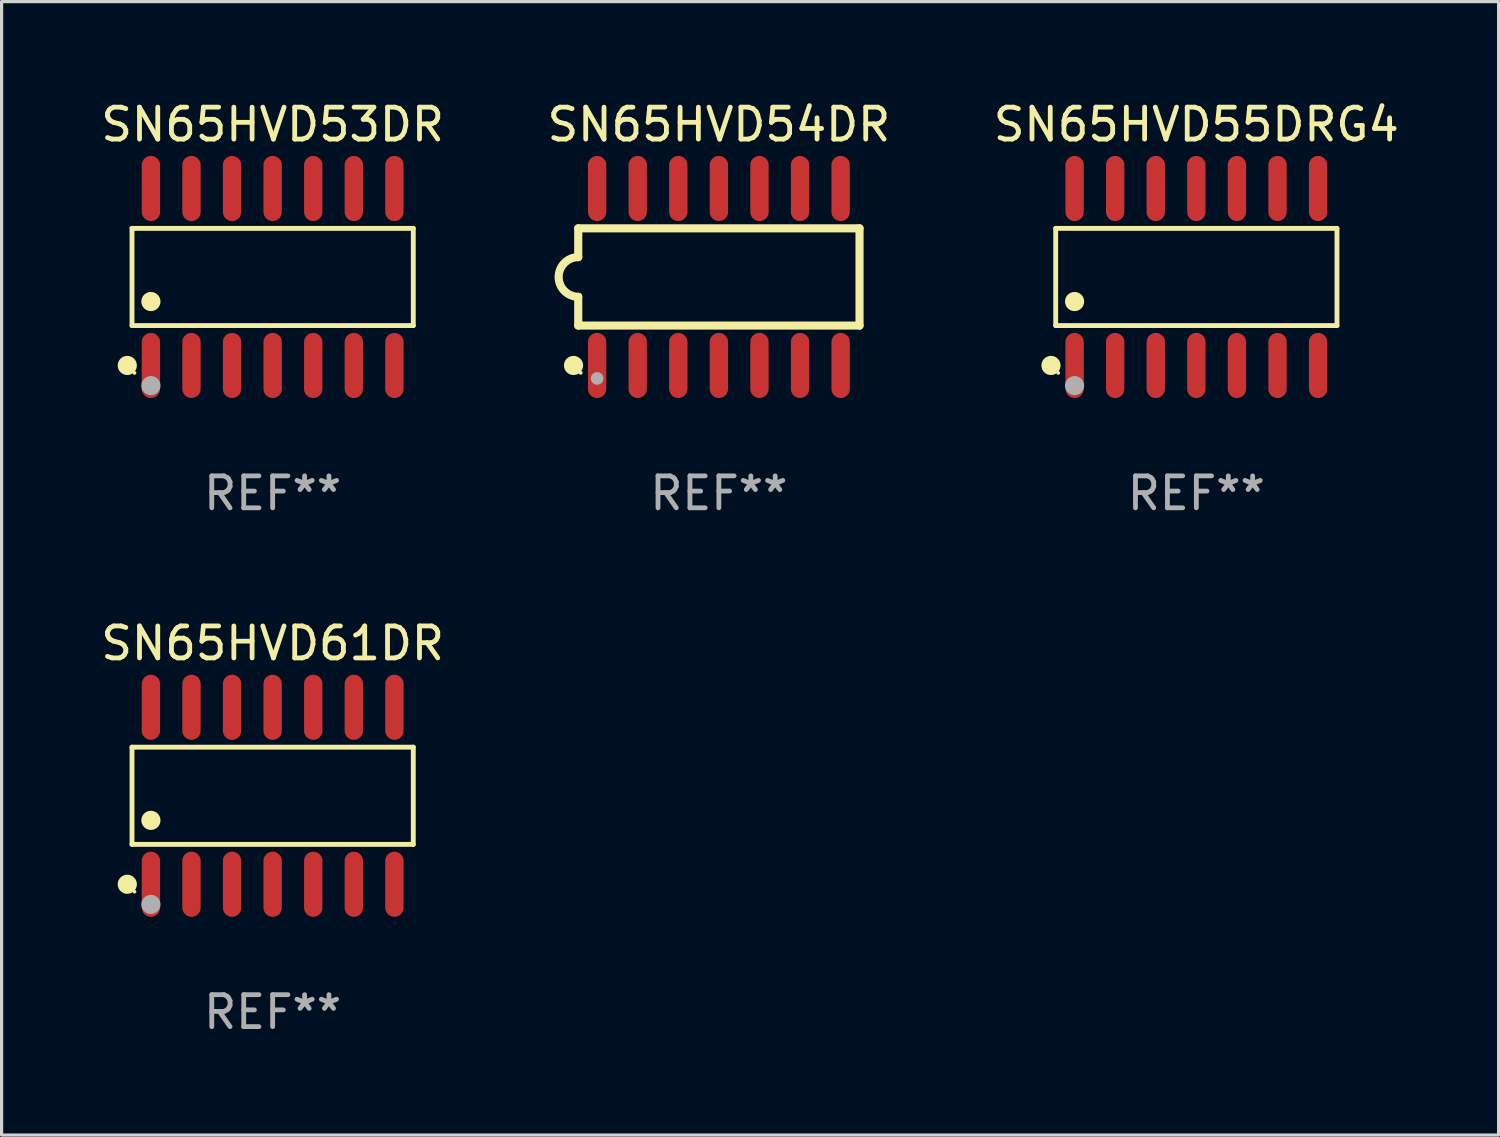
<source format=kicad_pcb>
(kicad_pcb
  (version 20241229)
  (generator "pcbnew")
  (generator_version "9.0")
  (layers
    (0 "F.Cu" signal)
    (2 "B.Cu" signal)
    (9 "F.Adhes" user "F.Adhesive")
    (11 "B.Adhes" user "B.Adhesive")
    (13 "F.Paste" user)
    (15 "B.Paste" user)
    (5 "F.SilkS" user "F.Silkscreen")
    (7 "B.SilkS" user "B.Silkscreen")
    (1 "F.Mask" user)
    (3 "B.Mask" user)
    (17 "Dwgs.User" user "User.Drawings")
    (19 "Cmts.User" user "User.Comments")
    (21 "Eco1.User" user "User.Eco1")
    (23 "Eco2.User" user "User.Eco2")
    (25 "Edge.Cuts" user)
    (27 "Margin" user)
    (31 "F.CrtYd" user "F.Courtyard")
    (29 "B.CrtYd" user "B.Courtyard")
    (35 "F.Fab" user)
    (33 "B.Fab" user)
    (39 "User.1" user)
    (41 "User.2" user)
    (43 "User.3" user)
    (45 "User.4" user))
  (footprint "SN65HVD61DR"
    (layer "F.Cu")
    (at 5.482 21.852)
    (property "Reference" "SN65HVD61DR" (at 0 -4.769 0) (layer "F.SilkS") (effects (font (size 1 1) (thickness 0.15))))
    (attr through_hole)
    (fp_line (start -4.401 -1.521) (end 4.401 -1.521) (stroke (width 0.152) (type solid)) (layer "F.SilkS"))
    (fp_line (start -4.401 1.521) (end -4.401 -1.521) (stroke (width 0.152) (type solid)) (layer "F.SilkS"))
    (fp_line (start 4.401 -1.521) (end 4.401 1.521) (stroke (width 0.152) (type solid)) (layer "F.SilkS"))
    (fp_line (start 4.401 1.521) (end -4.401 1.521) (stroke (width 0.152) (type solid)) (layer "F.SilkS"))
    (fp_circle (center -4.549 2.769) (end -4.399 2.769) (stroke (width 0.3) (type solid)) (fill no) (layer "F.SilkS"))
    (fp_circle (center -4.325 3) (end -4.295 3) (stroke (width 0.06) (type solid)) (fill no) (layer "F.SilkS"))
    (fp_circle (center -3.81 0.769) (end -3.66 0.769) (stroke (width 0.3) (type solid)) (fill no) (layer "F.SilkS"))
    (fp_circle (center -3.81 3.4) (end -3.66 3.4) (stroke (width 0.3) (type solid)) (fill no) (layer "F.Fab"))
    (fp_text user "REF**" (at 0 6.769 0) (layer "F.Fab") (effects (font (size 1 1) (thickness 0.15))))
    (pad "1" smd oval (at -3.81 2.769) (size 0.574 2.038) (layers "F.Cu" "F.Mask" "F.Paste"))
    (pad "2" smd oval (at -2.54 2.769) (size 0.574 2.038) (layers "F.Cu" "F.Mask" "F.Paste"))
    (pad "3" smd oval (at -1.27 2.769) (size 0.574 2.038) (layers "F.Cu" "F.Mask" "F.Paste"))
    (pad "4" smd oval (at 0 2.769) (size 0.574 2.038) (layers "F.Cu" "F.Mask" "F.Paste"))
    (pad "5" smd oval (at 1.27 2.769) (size 0.574 2.038) (layers "F.Cu" "F.Mask" "F.Paste"))
    (pad "6" smd oval (at 2.54 2.769) (size 0.574 2.038) (layers "F.Cu" "F.Mask" "F.Paste"))
    (pad "7" smd oval (at 3.81 2.769) (size 0.574 2.038) (layers "F.Cu" "F.Mask" "F.Paste"))
    (pad "8" smd oval (at 3.81 -2.769) (size 0.574 2.038) (layers "F.Cu" "F.Mask" "F.Paste"))
    (pad "9" smd oval (at 2.54 -2.769) (size 0.574 2.038) (layers "F.Cu" "F.Mask" "F.Paste"))
    (pad "10" smd oval (at 1.27 -2.769) (size 0.574 2.038) (layers "F.Cu" "F.Mask" "F.Paste"))
    (pad "11" smd oval (at 0 -2.769) (size 0.574 2.038) (layers "F.Cu" "F.Mask" "F.Paste"))
    (pad "12" smd oval (at -1.27 -2.769) (size 0.574 2.038) (layers "F.Cu" "F.Mask" "F.Paste"))
    (pad "13" smd oval (at -2.54 -2.769) (size 0.574 2.038) (layers "F.Cu" "F.Mask" "F.Paste"))
    (pad "14" smd oval (at -3.81 -2.769) (size 0.574 2.038) (layers "F.Cu" "F.Mask" "F.Paste")))
  (footprint "SN65HVD55DRG4"
    (layer "F.Cu")
    (at 34.387 5.617)
    (property "Reference" "SN65HVD55DRG4" (at 0 -4.769 0) (layer "F.SilkS") (effects (font (size 1 1) (thickness 0.15))))
    (attr through_hole)
    (fp_line (start -4.401 -1.521) (end 4.401 -1.521) (stroke (width 0.152) (type solid)) (layer "F.SilkS"))
    (fp_line (start -4.401 1.521) (end -4.401 -1.521) (stroke (width 0.152) (type solid)) (layer "F.SilkS"))
    (fp_line (start 4.401 -1.521) (end 4.401 1.521) (stroke (width 0.152) (type solid)) (layer "F.SilkS"))
    (fp_line (start 4.401 1.521) (end -4.401 1.521) (stroke (width 0.152) (type solid)) (layer "F.SilkS"))
    (fp_circle (center -4.549 2.769) (end -4.399 2.769) (stroke (width 0.3) (type solid)) (fill no) (layer "F.SilkS"))
    (fp_circle (center -4.325 3) (end -4.295 3) (stroke (width 0.06) (type solid)) (fill no) (layer "F.SilkS"))
    (fp_circle (center -3.81 0.769) (end -3.66 0.769) (stroke (width 0.3) (type solid)) (fill no) (layer "F.SilkS"))
    (fp_circle (center -3.81 3.4) (end -3.66 3.4) (stroke (width 0.3) (type solid)) (fill no) (layer "F.Fab"))
    (fp_text user "REF**" (at 0 6.769 0) (layer "F.Fab") (effects (font (size 1 1) (thickness 0.15))))
    (pad "1" smd oval (at -3.81 2.769) (size 0.574 2.038) (layers "F.Cu" "F.Mask" "F.Paste"))
    (pad "2" smd oval (at -2.54 2.769) (size 0.574 2.038) (layers "F.Cu" "F.Mask" "F.Paste"))
    (pad "3" smd oval (at -1.27 2.769) (size 0.574 2.038) (layers "F.Cu" "F.Mask" "F.Paste"))
    (pad "4" smd oval (at 0 2.769) (size 0.574 2.038) (layers "F.Cu" "F.Mask" "F.Paste"))
    (pad "5" smd oval (at 1.27 2.769) (size 0.574 2.038) (layers "F.Cu" "F.Mask" "F.Paste"))
    (pad "6" smd oval (at 2.54 2.769) (size 0.574 2.038) (layers "F.Cu" "F.Mask" "F.Paste"))
    (pad "7" smd oval (at 3.81 2.769) (size 0.574 2.038) (layers "F.Cu" "F.Mask" "F.Paste"))
    (pad "8" smd oval (at 3.81 -2.769) (size 0.574 2.038) (layers "F.Cu" "F.Mask" "F.Paste"))
    (pad "9" smd oval (at 2.54 -2.769) (size 0.574 2.038) (layers "F.Cu" "F.Mask" "F.Paste"))
    (pad "10" smd oval (at 1.27 -2.769) (size 0.574 2.038) (layers "F.Cu" "F.Mask" "F.Paste"))
    (pad "11" smd oval (at 0 -2.769) (size 0.574 2.038) (layers "F.Cu" "F.Mask" "F.Paste"))
    (pad "12" smd oval (at -1.27 -2.769) (size 0.574 2.038) (layers "F.Cu" "F.Mask" "F.Paste"))
    (pad "13" smd oval (at -2.54 -2.769) (size 0.574 2.038) (layers "F.Cu" "F.Mask" "F.Paste"))
    (pad "14" smd oval (at -3.81 -2.769) (size 0.574 2.038) (layers "F.Cu" "F.Mask" "F.Paste")))
  (footprint "SN65HVD54DR"
    (layer "F.Cu")
    (at 19.446 5.617)
    (property "Reference" "SN65HVD54DR" (at 0 -4.769 0) (layer "F.SilkS") (effects (font (size 1 1) (thickness 0.15))))
    (attr through_hole)
    (fp_line (start -4.401 -1.522) (end -4.401 -0.622) (stroke (width 0.254) (type solid)) (layer "F.SilkS"))
    (fp_line (start -4.401 -1.522) (end 4.401 -1.522) (stroke (width 0.254) (type solid)) (layer "F.SilkS"))
    (fp_line (start -4.401 1.521) (end -4.401 0.621) (stroke (width 0.254) (type solid)) (layer "F.SilkS"))
    (fp_line (start 4.401 -1.522) (end 4.401 1.521) (stroke (width 0.254) (type solid)) (layer "F.SilkS"))
    (fp_line (start 4.401 1.521) (end -4.401 1.521) (stroke (width 0.254) (type solid)) (layer "F.SilkS"))
    (fp_arc (start -4.401219 0.621311) (mid -5.021261 -0.000419) (end -4.400101 -0.621032) (stroke (width 0.254001) (type solid)) (layer "F.SilkS"))
    (fp_circle (center -4.549 2.769) (end -4.399 2.769) (stroke (width 0.3) (type solid)) (fill no) (layer "F.SilkS"))
    (fp_circle (center -4.325 3) (end -4.295 3) (stroke (width 0.06) (type solid)) (fill no) (layer "F.SilkS"))
    (fp_circle (center -3.81 3.175) (end -3.71 3.175) (stroke (width 0.2) (type solid)) (fill no) (layer "F.Fab"))
    (fp_text user "REF**" (at 0 6.769 0) (layer "F.Fab") (effects (font (size 1 1) (thickness 0.15))))
    (pad "1" smd oval (at -3.81 2.769) (size 0.574 2.038) (layers "F.Cu" "F.Mask" "F.Paste"))
    (pad "2" smd oval (at -2.54 2.769) (size 0.574 2.038) (layers "F.Cu" "F.Mask" "F.Paste"))
    (pad "3" smd oval (at -1.27 2.769) (size 0.574 2.038) (layers "F.Cu" "F.Mask" "F.Paste"))
    (pad "4" smd oval (at -0.000051 2.769) (size 0.574 2.038) (layers "F.Cu" "F.Mask" "F.Paste"))
    (pad "5" smd oval (at 1.27 2.769) (size 0.574 2.038) (layers "F.Cu" "F.Mask" "F.Paste"))
    (pad "6" smd oval (at 2.54 2.769) (size 0.574 2.038) (layers "F.Cu" "F.Mask" "F.Paste"))
    (pad "7" smd oval (at 3.81 2.769) (size 0.574 2.038) (layers "F.Cu" "F.Mask" "F.Paste"))
    (pad "8" smd oval (at 3.81 -2.769) (size 0.574 2.038) (layers "F.Cu" "F.Mask" "F.Paste"))
    (pad "9" smd oval (at 2.54 -2.769) (size 0.574 2.038) (layers "F.Cu" "F.Mask" "F.Paste"))
    (pad "10" smd oval (at 1.27 -2.769) (size 0.574 2.038) (layers "F.Cu" "F.Mask" "F.Paste"))
    (pad "11" smd oval (at -0.000051 -2.769) (size 0.574 2.038) (layers "F.Cu" "F.Mask" "F.Paste"))
    (pad "12" smd oval (at -1.27 -2.769) (size 0.574 2.038) (layers "F.Cu" "F.Mask" "F.Paste"))
    (pad "13" smd oval (at -2.54 -2.769) (size 0.574 2.038) (layers "F.Cu" "F.Mask" "F.Paste"))
    (pad "14" smd oval (at -3.81 -2.769) (size 0.574 2.038) (layers "F.Cu" "F.Mask" "F.Paste")))
  (footprint "SN65HVD53DR"
    (layer "F.Cu")
    (at 5.482 5.617)
    (property "Reference" "SN65HVD53DR" (at 0 -4.769 0) (layer "F.SilkS") (effects (font (size 1 1) (thickness 0.15))))
    (attr through_hole)
    (fp_line (start -4.401 -1.521) (end 4.401 -1.521) (stroke (width 0.152) (type solid)) (layer "F.SilkS"))
    (fp_line (start -4.401 1.521) (end -4.401 -1.521) (stroke (width 0.152) (type solid)) (layer "F.SilkS"))
    (fp_line (start 4.401 -1.521) (end 4.401 1.521) (stroke (width 0.152) (type solid)) (layer "F.SilkS"))
    (fp_line (start 4.401 1.521) (end -4.401 1.521) (stroke (width 0.152) (type solid)) (layer "F.SilkS"))
    (fp_circle (center -4.549 2.769) (end -4.399 2.769) (stroke (width 0.3) (type solid)) (fill no) (layer "F.SilkS"))
    (fp_circle (center -4.325 3) (end -4.295 3) (stroke (width 0.06) (type solid)) (fill no) (layer "F.SilkS"))
    (fp_circle (center -3.81 0.769) (end -3.66 0.769) (stroke (width 0.3) (type solid)) (fill no) (layer "F.SilkS"))
    (fp_circle (center -3.81 3.4) (end -3.66 3.4) (stroke (width 0.3) (type solid)) (fill no) (layer "F.Fab"))
    (fp_text user "REF**" (at 0 6.769 0) (layer "F.Fab") (effects (font (size 1 1) (thickness 0.15))))
    (pad "1" smd oval (at -3.81 2.769) (size 0.574 2.038) (layers "F.Cu" "F.Mask" "F.Paste"))
    (pad "2" smd oval (at -2.54 2.769) (size 0.574 2.038) (layers "F.Cu" "F.Mask" "F.Paste"))
    (pad "3" smd oval (at -1.27 2.769) (size 0.574 2.038) (layers "F.Cu" "F.Mask" "F.Paste"))
    (pad "4" smd oval (at 0 2.769) (size 0.574 2.038) (layers "F.Cu" "F.Mask" "F.Paste"))
    (pad "5" smd oval (at 1.27 2.769) (size 0.574 2.038) (layers "F.Cu" "F.Mask" "F.Paste"))
    (pad "6" smd oval (at 2.54 2.769) (size 0.574 2.038) (layers "F.Cu" "F.Mask" "F.Paste"))
    (pad "7" smd oval (at 3.81 2.769) (size 0.574 2.038) (layers "F.Cu" "F.Mask" "F.Paste"))
    (pad "8" smd oval (at 3.81 -2.769) (size 0.574 2.038) (layers "F.Cu" "F.Mask" "F.Paste"))
    (pad "9" smd oval (at 2.54 -2.769) (size 0.574 2.038) (layers "F.Cu" "F.Mask" "F.Paste"))
    (pad "10" smd oval (at 1.27 -2.769) (size 0.574 2.038) (layers "F.Cu" "F.Mask" "F.Paste"))
    (pad "11" smd oval (at 0 -2.769) (size 0.574 2.038) (layers "F.Cu" "F.Mask" "F.Paste"))
    (pad "12" smd oval (at -1.27 -2.769) (size 0.574 2.038) (layers "F.Cu" "F.Mask" "F.Paste"))
    (pad "13" smd oval (at -2.54 -2.769) (size 0.574 2.038) (layers "F.Cu" "F.Mask" "F.Paste"))
    (pad "14" smd oval (at -3.81 -2.769) (size 0.574 2.038) (layers "F.Cu" "F.Mask" "F.Paste")))
  (gr_rect
    (start -3 -3)
    (end 43.845 32.469)
    (stroke (width 0.1) (type default))
    (fill no)
    (layer "Edge.Cuts")))
</source>
